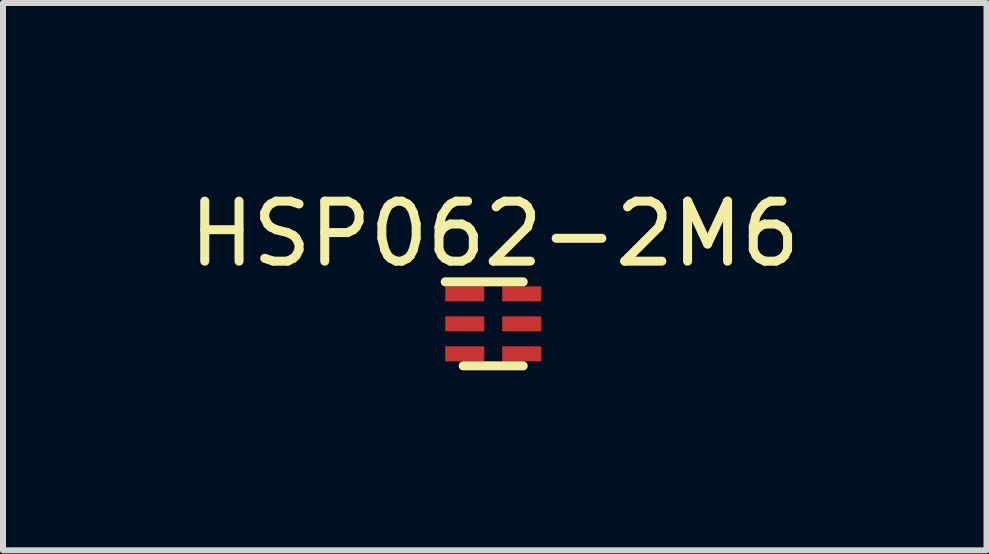
<source format=kicad_pcb>
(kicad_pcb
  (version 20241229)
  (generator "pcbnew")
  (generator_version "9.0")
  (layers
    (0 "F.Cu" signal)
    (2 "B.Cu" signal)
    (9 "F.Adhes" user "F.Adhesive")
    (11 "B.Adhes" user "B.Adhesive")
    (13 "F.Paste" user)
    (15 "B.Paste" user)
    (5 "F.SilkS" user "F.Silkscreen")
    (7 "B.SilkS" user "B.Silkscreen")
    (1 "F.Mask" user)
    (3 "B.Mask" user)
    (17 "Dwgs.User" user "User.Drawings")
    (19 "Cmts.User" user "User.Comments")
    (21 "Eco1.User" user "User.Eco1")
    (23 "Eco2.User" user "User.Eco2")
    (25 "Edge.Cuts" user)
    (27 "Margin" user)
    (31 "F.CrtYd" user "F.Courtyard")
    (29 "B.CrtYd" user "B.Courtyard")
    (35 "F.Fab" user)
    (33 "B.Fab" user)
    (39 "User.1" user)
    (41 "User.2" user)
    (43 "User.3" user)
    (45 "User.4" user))
  (footprint "HSP062-2M6"
    (layer "F.Cu")
    (at 5.171 2.348)
    (property "Reference" "HSP062-2M6" (at 0.025 -1.5 0) (layer "F.SilkS") (effects (font (size 1 1) (thickness 0.15))))
    (attr through_hole)
    (fp_line (start -0.8 -0.7) (end 0.5 -0.7) (stroke (width 0.15) (type solid)) (layer "F.SilkS"))
    (fp_line (start 0.5 0.7) (end -0.5 0.7) (stroke (width 0.15) (type solid)) (layer "F.SilkS"))
    (pad "1" smd rect (at -0.475 -0.5 90) (size 0.25 0.65) (layers "F.Cu" "F.Mask" "F.Paste"))
    (pad "2" smd rect (at -0.475 0 90) (size 0.25 0.65) (layers "F.Cu" "F.Mask" "F.Paste"))
    (pad "3" smd rect (at -0.475 0.5 90) (size 0.25 0.65) (layers "F.Cu" "F.Mask" "F.Paste"))
    (pad "4" smd rect (at 0.475 0.5 90) (size 0.25 0.65) (layers "F.Cu" "F.Mask" "F.Paste"))
    (pad "5" smd rect (at 0.475 0 90) (size 0.25 0.65) (layers "F.Cu" "F.Mask" "F.Paste"))
    (pad "6" smd rect (at 0.475 -0.5 90) (size 0.25 0.65) (layers "F.Cu" "F.Mask" "F.Paste")))
  (gr_rect
    (start -3 -3)
    (end 13.393 6.123)
    (stroke (width 0.1) (type default))
    (fill no)
    (layer "Edge.Cuts")))
</source>
